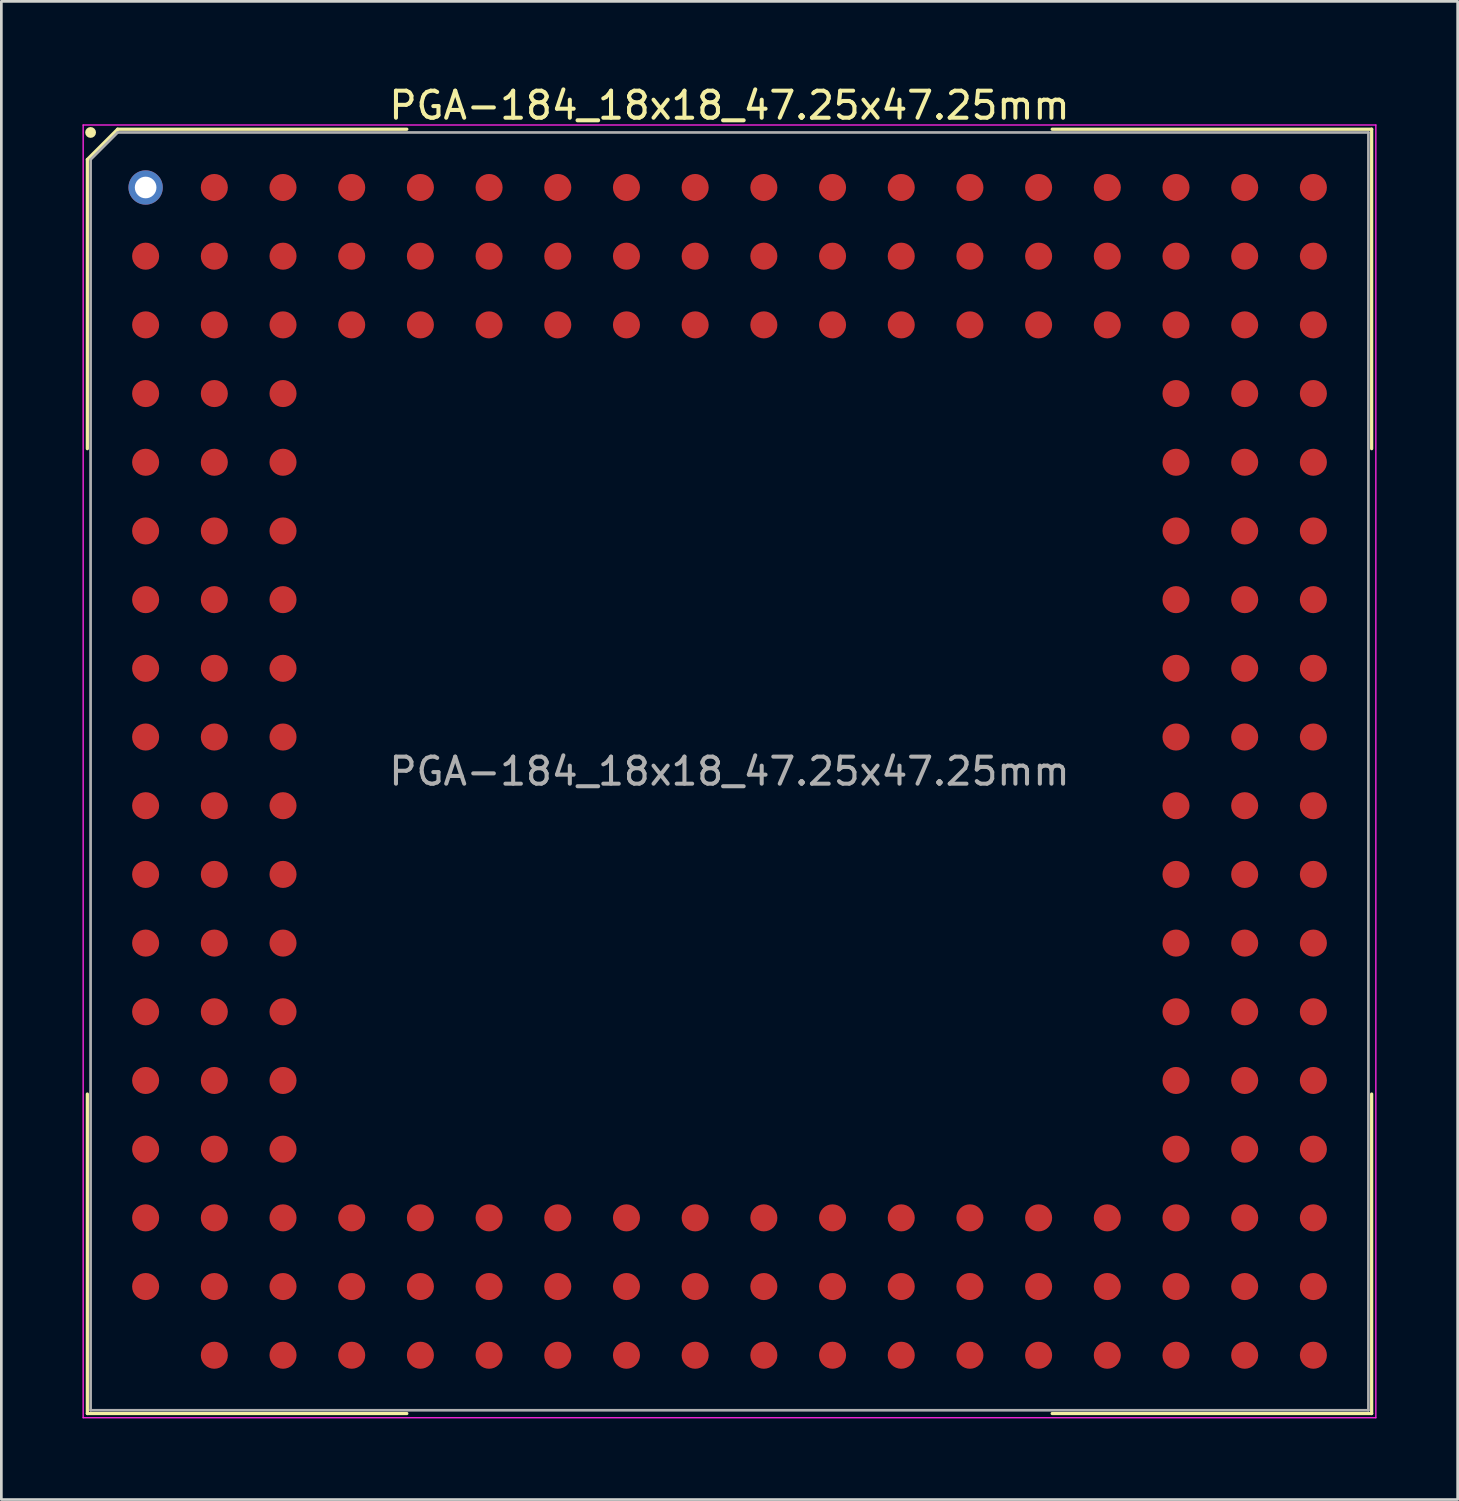
<source format=kicad_pcb>
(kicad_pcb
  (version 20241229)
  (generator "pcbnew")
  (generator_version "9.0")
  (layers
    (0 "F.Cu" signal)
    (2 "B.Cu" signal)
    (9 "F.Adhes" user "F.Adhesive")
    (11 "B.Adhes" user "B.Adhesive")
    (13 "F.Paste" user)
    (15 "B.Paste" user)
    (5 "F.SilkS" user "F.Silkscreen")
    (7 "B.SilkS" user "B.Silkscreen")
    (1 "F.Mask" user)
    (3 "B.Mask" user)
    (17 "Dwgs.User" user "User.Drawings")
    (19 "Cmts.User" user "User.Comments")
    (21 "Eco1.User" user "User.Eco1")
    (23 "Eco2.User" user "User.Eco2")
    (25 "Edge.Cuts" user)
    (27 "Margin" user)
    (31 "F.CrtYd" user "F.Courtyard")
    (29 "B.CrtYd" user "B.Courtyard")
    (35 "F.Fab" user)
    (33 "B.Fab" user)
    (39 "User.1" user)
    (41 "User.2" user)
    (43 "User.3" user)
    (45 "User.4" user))
  (footprint "PGA-184_18x18_47.25x47.25mm"
    (layer "F.Cu")
    (at 23.925 25.473)
    (property "Reference" "PGA-184_18x18_47.25x47.25mm" (at 0 -24.625 0) (layer "F.SilkS") (effects (font (size 1 1) (thickness 0.15))))
    (attr through_hole)
    (fp_line (start -23.745 -22.625) (end -23.745 -11.932) (stroke (width 0.12) (type default)) (layer "F.SilkS"))
    (fp_line (start -23.745 23.745) (end -23.745 11.932) (stroke (width 0.12) (type default)) (layer "F.SilkS"))
    (fp_line (start -22.625 -23.745) (end -23.745 -22.625) (stroke (width 0.12) (type default)) (layer "F.SilkS"))
    (fp_line (start -11.932 -23.745) (end -22.625 -23.745) (stroke (width 0.12) (type default)) (layer "F.SilkS"))
    (fp_line (start -11.932 23.745) (end -23.745 23.745) (stroke (width 0.12) (type default)) (layer "F.SilkS"))
    (fp_line (start 11.932 -23.745) (end 23.745 -23.745) (stroke (width 0.12) (type default)) (layer "F.SilkS"))
    (fp_line (start 11.932 23.745) (end 23.745 23.745) (stroke (width 0.12) (type default)) (layer "F.SilkS"))
    (fp_line (start 23.745 -23.745) (end 23.745 -11.932) (stroke (width 0.12) (type default)) (layer "F.SilkS"))
    (fp_line (start 23.745 23.745) (end 23.745 11.932) (stroke (width 0.12) (type default)) (layer "F.SilkS"))
    (fp_circle (center -23.625 -23.625) (end -23.625 -23.525) (stroke (width 0.2) (type default)) (fill no) (layer "F.SilkS"))
    (fp_line (start -23.9 -23.9) (end 23.9 -23.9) (stroke (width 0.05) (type default)) (layer "F.CrtYd"))
    (fp_line (start -23.9 23.9) (end -23.9 -23.9) (stroke (width 0.05) (type default)) (layer "F.CrtYd"))
    (fp_line (start 23.9 -23.9) (end 23.9 23.9) (stroke (width 0.05) (type default)) (layer "F.CrtYd"))
    (fp_line (start 23.9 23.9) (end -23.9 23.9) (stroke (width 0.05) (type default)) (layer "F.CrtYd"))
    (fp_line (start -23.625 -22.625) (end -23.625 23.625) (stroke (width 0.1) (type default)) (layer "F.Fab"))
    (fp_line (start -23.625 23.625) (end 23.625 23.625) (stroke (width 0.1) (type default)) (layer "F.Fab"))
    (fp_line (start -22.625 -23.625) (end -23.625 -22.625) (stroke (width 0.1) (type default)) (layer "F.Fab"))
    (fp_line (start 23.625 -23.625) (end -22.625 -23.625) (stroke (width 0.1) (type default)) (layer "F.Fab"))
    (fp_line (start 23.625 23.625) (end 23.625 -23.625) (stroke (width 0.1) (type default)) (layer "F.Fab"))
    (fp_text user "${REFERENCE}" (at 0 0 0) (layer "F.Fab") (effects (font (size 1 1) (thickness 0.15))))
    (pad "A1" thru_hole circle (at -21.59 -21.59) (size 1.27 1.27) (drill 0.8) (layers "*.Cu" "*.Mask"))
    (pad "A2" smd circle (at -19.05 -21.59) (size 1 1) (layers "F.Cu" "F.Mask" "F.Paste"))
    (pad "A3" smd circle (at -16.51 -21.59) (size 1 1) (layers "F.Cu" "F.Mask" "F.Paste"))
    (pad "A4" smd circle (at -13.97 -21.59) (size 1 1) (layers "F.Cu" "F.Mask" "F.Paste"))
    (pad "A5" smd circle (at -11.43 -21.59) (size 1 1) (layers "F.Cu" "F.Mask" "F.Paste"))
    (pad "A6" smd circle (at -8.89 -21.59) (size 1 1) (layers "F.Cu" "F.Mask" "F.Paste"))
    (pad "A7" smd circle (at -6.35 -21.59) (size 1 1) (layers "F.Cu" "F.Mask" "F.Paste"))
    (pad "A8" smd circle (at -3.81 -21.59) (size 1 1) (layers "F.Cu" "F.Mask" "F.Paste"))
    (pad "A9" smd circle (at -1.27 -21.59) (size 1 1) (layers "F.Cu" "F.Mask" "F.Paste"))
    (pad "A10" smd circle (at 1.27 -21.59) (size 1 1) (layers "F.Cu" "F.Mask" "F.Paste"))
    (pad "A11" smd circle (at 3.81 -21.59) (size 1 1) (layers "F.Cu" "F.Mask" "F.Paste"))
    (pad "A12" smd circle (at 6.35 -21.59) (size 1 1) (layers "F.Cu" "F.Mask" "F.Paste"))
    (pad "A13" smd circle (at 8.89 -21.59) (size 1 1) (layers "F.Cu" "F.Mask" "F.Paste"))
    (pad "A14" smd circle (at 11.43 -21.59) (size 1 1) (layers "F.Cu" "F.Mask" "F.Paste"))
    (pad "A15" smd circle (at 13.97 -21.59) (size 1 1) (layers "F.Cu" "F.Mask" "F.Paste"))
    (pad "A16" smd circle (at 16.51 -21.59) (size 1 1) (layers "F.Cu" "F.Mask" "F.Paste"))
    (pad "A17" smd circle (at 19.05 -21.59) (size 1 1) (layers "F.Cu" "F.Mask" "F.Paste"))
    (pad "A18" smd circle (at 21.59 -21.59) (size 1 1) (layers "F.Cu" "F.Mask" "F.Paste"))
    (pad "B1" smd circle (at -21.59 -19.05) (size 1 1) (layers "F.Cu" "F.Mask" "F.Paste"))
    (pad "B2" smd circle (at -19.05 -19.05) (size 1 1) (layers "F.Cu" "F.Mask" "F.Paste"))
    (pad "B3" smd circle (at -16.51 -19.05) (size 1 1) (layers "F.Cu" "F.Mask" "F.Paste"))
    (pad "B4" smd circle (at -13.97 -19.05) (size 1 1) (layers "F.Cu" "F.Mask" "F.Paste"))
    (pad "B5" smd circle (at -11.43 -19.05) (size 1 1) (layers "F.Cu" "F.Mask" "F.Paste"))
    (pad "B6" smd circle (at -8.89 -19.05) (size 1 1) (layers "F.Cu" "F.Mask" "F.Paste"))
    (pad "B7" smd circle (at -6.35 -19.05) (size 1 1) (layers "F.Cu" "F.Mask" "F.Paste"))
    (pad "B8" smd circle (at -3.81 -19.05) (size 1 1) (layers "F.Cu" "F.Mask" "F.Paste"))
    (pad "B9" smd circle (at -1.27 -19.05) (size 1 1) (layers "F.Cu" "F.Mask" "F.Paste"))
    (pad "B10" smd circle (at 1.27 -19.05) (size 1 1) (layers "F.Cu" "F.Mask" "F.Paste"))
    (pad "B11" smd circle (at 3.81 -19.05) (size 1 1) (layers "F.Cu" "F.Mask" "F.Paste"))
    (pad "B12" smd circle (at 6.35 -19.05) (size 1 1) (layers "F.Cu" "F.Mask" "F.Paste"))
    (pad "B13" smd circle (at 8.89 -19.05) (size 1 1) (layers "F.Cu" "F.Mask" "F.Paste"))
    (pad "B14" smd circle (at 11.43 -19.05) (size 1 1) (layers "F.Cu" "F.Mask" "F.Paste"))
    (pad "B15" smd circle (at 13.97 -19.05) (size 1 1) (layers "F.Cu" "F.Mask" "F.Paste"))
    (pad "B16" smd circle (at 16.51 -19.05) (size 1 1) (layers "F.Cu" "F.Mask" "F.Paste"))
    (pad "B17" smd circle (at 19.05 -19.05) (size 1 1) (layers "F.Cu" "F.Mask" "F.Paste"))
    (pad "B18" smd circle (at 21.59 -19.05) (size 1 1) (layers "F.Cu" "F.Mask" "F.Paste"))
    (pad "C1" smd circle (at -21.59 -16.51) (size 1 1) (layers "F.Cu" "F.Mask" "F.Paste"))
    (pad "C2" smd circle (at -19.05 -16.51) (size 1 1) (layers "F.Cu" "F.Mask" "F.Paste"))
    (pad "C3" smd circle (at -16.51 -16.51) (size 1 1) (layers "F.Cu" "F.Mask" "F.Paste"))
    (pad "C4" smd circle (at -13.97 -16.51) (size 1 1) (layers "F.Cu" "F.Mask" "F.Paste"))
    (pad "C5" smd circle (at -11.43 -16.51) (size 1 1) (layers "F.Cu" "F.Mask" "F.Paste"))
    (pad "C6" smd circle (at -8.89 -16.51) (size 1 1) (layers "F.Cu" "F.Mask" "F.Paste"))
    (pad "C7" smd circle (at -6.35 -16.51) (size 1 1) (layers "F.Cu" "F.Mask" "F.Paste"))
    (pad "C8" smd circle (at -3.81 -16.51) (size 1 1) (layers "F.Cu" "F.Mask" "F.Paste"))
    (pad "C9" smd circle (at -1.27 -16.51) (size 1 1) (layers "F.Cu" "F.Mask" "F.Paste"))
    (pad "C10" smd circle (at 1.27 -16.51) (size 1 1) (layers "F.Cu" "F.Mask" "F.Paste"))
    (pad "C11" smd circle (at 3.81 -16.51) (size 1 1) (layers "F.Cu" "F.Mask" "F.Paste"))
    (pad "C12" smd circle (at 6.35 -16.51) (size 1 1) (layers "F.Cu" "F.Mask" "F.Paste"))
    (pad "C13" smd circle (at 8.89 -16.51) (size 1 1) (layers "F.Cu" "F.Mask" "F.Paste"))
    (pad "C14" smd circle (at 11.43 -16.51) (size 1 1) (layers "F.Cu" "F.Mask" "F.Paste"))
    (pad "C15" smd circle (at 13.97 -16.51) (size 1 1) (layers "F.Cu" "F.Mask" "F.Paste"))
    (pad "C16" smd circle (at 16.51 -16.51) (size 1 1) (layers "F.Cu" "F.Mask" "F.Paste"))
    (pad "C17" smd circle (at 19.05 -16.51) (size 1 1) (layers "F.Cu" "F.Mask" "F.Paste"))
    (pad "C18" smd circle (at 21.59 -16.51) (size 1 1) (layers "F.Cu" "F.Mask" "F.Paste"))
    (pad "D1" smd circle (at -21.59 -13.97) (size 1 1) (layers "F.Cu" "F.Mask" "F.Paste"))
    (pad "D2" smd circle (at -19.05 -13.97) (size 1 1) (layers "F.Cu" "F.Mask" "F.Paste"))
    (pad "D3" smd circle (at -16.51 -13.97) (size 1 1) (layers "F.Cu" "F.Mask" "F.Paste"))
    (pad "D16" smd circle (at 16.51 -13.97) (size 1 1) (layers "F.Cu" "F.Mask" "F.Paste"))
    (pad "D17" smd circle (at 19.05 -13.97) (size 1 1) (layers "F.Cu" "F.Mask" "F.Paste"))
    (pad "D18" smd circle (at 21.59 -13.97) (size 1 1) (layers "F.Cu" "F.Mask" "F.Paste"))
    (pad "E1" smd circle (at -21.59 -11.43) (size 1 1) (layers "F.Cu" "F.Mask" "F.Paste"))
    (pad "E2" smd circle (at -19.05 -11.43) (size 1 1) (layers "F.Cu" "F.Mask" "F.Paste"))
    (pad "E3" smd circle (at -16.51 -11.43) (size 1 1) (layers "F.Cu" "F.Mask" "F.Paste"))
    (pad "E16" smd circle (at 16.51 -11.43) (size 1 1) (layers "F.Cu" "F.Mask" "F.Paste"))
    (pad "E17" smd circle (at 19.05 -11.43) (size 1 1) (layers "F.Cu" "F.Mask" "F.Paste"))
    (pad "E18" smd circle (at 21.59 -11.43) (size 1 1) (layers "F.Cu" "F.Mask" "F.Paste"))
    (pad "F1" smd circle (at -21.59 -8.89) (size 1 1) (layers "F.Cu" "F.Mask" "F.Paste"))
    (pad "F2" smd circle (at -19.05 -8.89) (size 1 1) (layers "F.Cu" "F.Mask" "F.Paste"))
    (pad "F3" smd circle (at -16.51 -8.89) (size 1 1) (layers "F.Cu" "F.Mask" "F.Paste"))
    (pad "F16" smd circle (at 16.51 -8.89) (size 1 1) (layers "F.Cu" "F.Mask" "F.Paste"))
    (pad "F17" smd circle (at 19.05 -8.89) (size 1 1) (layers "F.Cu" "F.Mask" "F.Paste"))
    (pad "F18" smd circle (at 21.59 -8.89) (size 1 1) (layers "F.Cu" "F.Mask" "F.Paste"))
    (pad "G1" smd circle (at -21.59 -6.35) (size 1 1) (layers "F.Cu" "F.Mask" "F.Paste"))
    (pad "G2" smd circle (at -19.05 -6.35) (size 1 1) (layers "F.Cu" "F.Mask" "F.Paste"))
    (pad "G3" smd circle (at -16.51 -6.35) (size 1 1) (layers "F.Cu" "F.Mask" "F.Paste"))
    (pad "G16" smd circle (at 16.51 -6.35) (size 1 1) (layers "F.Cu" "F.Mask" "F.Paste"))
    (pad "G17" smd circle (at 19.05 -6.35) (size 1 1) (layers "F.Cu" "F.Mask" "F.Paste"))
    (pad "G18" smd circle (at 21.59 -6.35) (size 1 1) (layers "F.Cu" "F.Mask" "F.Paste"))
    (pad "H1" smd circle (at -21.59 -3.81) (size 1 1) (layers "F.Cu" "F.Mask" "F.Paste"))
    (pad "H2" smd circle (at -19.05 -3.81) (size 1 1) (layers "F.Cu" "F.Mask" "F.Paste"))
    (pad "H3" smd circle (at -16.51 -3.81) (size 1 1) (layers "F.Cu" "F.Mask" "F.Paste"))
    (pad "H16" smd circle (at 16.51 -3.81) (size 1 1) (layers "F.Cu" "F.Mask" "F.Paste"))
    (pad "H17" smd circle (at 19.05 -3.81) (size 1 1) (layers "F.Cu" "F.Mask" "F.Paste"))
    (pad "H18" smd circle (at 21.59 -3.81) (size 1 1) (layers "F.Cu" "F.Mask" "F.Paste"))
    (pad "J1" smd circle (at -21.59 -1.27) (size 1 1) (layers "F.Cu" "F.Mask" "F.Paste"))
    (pad "J2" smd circle (at -19.05 -1.27) (size 1 1) (layers "F.Cu" "F.Mask" "F.Paste"))
    (pad "J3" smd circle (at -16.51 -1.27) (size 1 1) (layers "F.Cu" "F.Mask" "F.Paste"))
    (pad "J16" smd circle (at 16.51 -1.27) (size 1 1) (layers "F.Cu" "F.Mask" "F.Paste"))
    (pad "J17" smd circle (at 19.05 -1.27) (size 1 1) (layers "F.Cu" "F.Mask" "F.Paste"))
    (pad "J18" smd circle (at 21.59 -1.27) (size 1 1) (layers "F.Cu" "F.Mask" "F.Paste"))
    (pad "K1" smd circle (at -21.59 1.27) (size 1 1) (layers "F.Cu" "F.Mask" "F.Paste"))
    (pad "K2" smd circle (at -19.05 1.27) (size 1 1) (layers "F.Cu" "F.Mask" "F.Paste"))
    (pad "K3" smd circle (at -16.51 1.27) (size 1 1) (layers "F.Cu" "F.Mask" "F.Paste"))
    (pad "K16" smd circle (at 16.51 1.27) (size 1 1) (layers "F.Cu" "F.Mask" "F.Paste"))
    (pad "K17" smd circle (at 19.05 1.27) (size 1 1) (layers "F.Cu" "F.Mask" "F.Paste"))
    (pad "K18" smd circle (at 21.59 1.27) (size 1 1) (layers "F.Cu" "F.Mask" "F.Paste"))
    (pad "L1" smd circle (at -21.59 3.81) (size 1 1) (layers "F.Cu" "F.Mask" "F.Paste"))
    (pad "L2" smd circle (at -19.05 3.81) (size 1 1) (layers "F.Cu" "F.Mask" "F.Paste"))
    (pad "L3" smd circle (at -16.51 3.81) (size 1 1) (layers "F.Cu" "F.Mask" "F.Paste"))
    (pad "L16" smd circle (at 16.51 3.81) (size 1 1) (layers "F.Cu" "F.Mask" "F.Paste"))
    (pad "L17" smd circle (at 19.05 3.81) (size 1 1) (layers "F.Cu" "F.Mask" "F.Paste"))
    (pad "L18" smd circle (at 21.59 3.81) (size 1 1) (layers "F.Cu" "F.Mask" "F.Paste"))
    (pad "M1" smd circle (at -21.59 6.35) (size 1 1) (layers "F.Cu" "F.Mask" "F.Paste"))
    (pad "M2" smd circle (at -19.05 6.35) (size 1 1) (layers "F.Cu" "F.Mask" "F.Paste"))
    (pad "M3" smd circle (at -16.51 6.35) (size 1 1) (layers "F.Cu" "F.Mask" "F.Paste"))
    (pad "M16" smd circle (at 16.51 6.35) (size 1 1) (layers "F.Cu" "F.Mask" "F.Paste"))
    (pad "M17" smd circle (at 19.05 6.35) (size 1 1) (layers "F.Cu" "F.Mask" "F.Paste"))
    (pad "M18" smd circle (at 21.59 6.35) (size 1 1) (layers "F.Cu" "F.Mask" "F.Paste"))
    (pad "N1" smd circle (at -21.59 8.89) (size 1 1) (layers "F.Cu" "F.Mask" "F.Paste"))
    (pad "N2" smd circle (at -19.05 8.89) (size 1 1) (layers "F.Cu" "F.Mask" "F.Paste"))
    (pad "N3" smd circle (at -16.51 8.89) (size 1 1) (layers "F.Cu" "F.Mask" "F.Paste"))
    (pad "N16" smd circle (at 16.51 8.89) (size 1 1) (layers "F.Cu" "F.Mask" "F.Paste"))
    (pad "N17" smd circle (at 19.05 8.89) (size 1 1) (layers "F.Cu" "F.Mask" "F.Paste"))
    (pad "N18" smd circle (at 21.59 8.89) (size 1 1) (layers "F.Cu" "F.Mask" "F.Paste"))
    (pad "P1" smd circle (at -21.59 11.43) (size 1 1) (layers "F.Cu" "F.Mask" "F.Paste"))
    (pad "P2" smd circle (at -19.05 11.43) (size 1 1) (layers "F.Cu" "F.Mask" "F.Paste"))
    (pad "P3" smd circle (at -16.51 11.43) (size 1 1) (layers "F.Cu" "F.Mask" "F.Paste"))
    (pad "P16" smd circle (at 16.51 11.43) (size 1 1) (layers "F.Cu" "F.Mask" "F.Paste"))
    (pad "P17" smd circle (at 19.05 11.43) (size 1 1) (layers "F.Cu" "F.Mask" "F.Paste"))
    (pad "P18" smd circle (at 21.59 11.43) (size 1 1) (layers "F.Cu" "F.Mask" "F.Paste"))
    (pad "R1" smd circle (at -21.59 16.51) (size 1 1) (layers "F.Cu" "F.Mask" "F.Paste"))
    (pad "R2" smd circle (at -19.05 16.51) (size 1 1) (layers "F.Cu" "F.Mask" "F.Paste"))
    (pad "R3" smd circle (at -16.51 16.51) (size 1 1) (layers "F.Cu" "F.Mask" "F.Paste"))
    (pad "R4" smd circle (at -13.97 16.51) (size 1 1) (layers "F.Cu" "F.Mask" "F.Paste"))
    (pad "R5" smd circle (at -11.43 16.51) (size 1 1) (layers "F.Cu" "F.Mask" "F.Paste"))
    (pad "R6" smd circle (at -8.89 16.51) (size 1 1) (layers "F.Cu" "F.Mask" "F.Paste"))
    (pad "R7" smd circle (at -6.35 16.51) (size 1 1) (layers "F.Cu" "F.Mask" "F.Paste"))
    (pad "R8" smd circle (at -3.81 16.51) (size 1 1) (layers "F.Cu" "F.Mask" "F.Paste"))
    (pad "R9" smd circle (at -1.27 16.51) (size 1 1) (layers "F.Cu" "F.Mask" "F.Paste"))
    (pad "R10" smd circle (at 1.27 16.51) (size 1 1) (layers "F.Cu" "F.Mask" "F.Paste"))
    (pad "R11" smd circle (at 3.81 16.51) (size 1 1) (layers "F.Cu" "F.Mask" "F.Paste"))
    (pad "R12" smd circle (at 6.35 16.51) (size 1 1) (layers "F.Cu" "F.Mask" "F.Paste"))
    (pad "R13" smd circle (at 8.89 16.51) (size 1 1) (layers "F.Cu" "F.Mask" "F.Paste"))
    (pad "R14" smd circle (at 11.43 16.51) (size 1 1) (layers "F.Cu" "F.Mask" "F.Paste"))
    (pad "R15" smd circle (at 13.97 16.51) (size 1 1) (layers "F.Cu" "F.Mask" "F.Paste"))
    (pad "R16" smd circle (at 16.51 16.51) (size 1 1) (layers "F.Cu" "F.Mask" "F.Paste"))
    (pad "R17" smd circle (at 19.05 16.51) (size 1 1) (layers "F.Cu" "F.Mask" "F.Paste"))
    (pad "R18" smd circle (at 21.59 16.51) (size 1 1) (layers "F.Cu" "F.Mask" "F.Paste"))
    (pad "T2" smd circle (at -19.05 21.59) (size 1 1) (layers "F.Cu" "F.Mask" "F.Paste"))
    (pad "T3" smd circle (at -16.51 21.59) (size 1 1) (layers "F.Cu" "F.Mask" "F.Paste"))
    (pad "T4" smd circle (at -13.97 21.59) (size 1 1) (layers "F.Cu" "F.Mask" "F.Paste"))
    (pad "T5" smd circle (at -11.43 21.59) (size 1 1) (layers "F.Cu" "F.Mask" "F.Paste"))
    (pad "T6" smd circle (at -8.89 21.59) (size 1 1) (layers "F.Cu" "F.Mask" "F.Paste"))
    (pad "T7" smd circle (at -6.35 21.59) (size 1 1) (layers "F.Cu" "F.Mask" "F.Paste"))
    (pad "T8" smd circle (at -3.81 21.59) (size 1 1) (layers "F.Cu" "F.Mask" "F.Paste"))
    (pad "T9" smd circle (at -1.27 21.59) (size 1 1) (layers "F.Cu" "F.Mask" "F.Paste"))
    (pad "T10" smd circle (at 1.27 21.59) (size 1 1) (layers "F.Cu" "F.Mask" "F.Paste"))
    (pad "T11" smd circle (at 3.81 21.59) (size 1 1) (layers "F.Cu" "F.Mask" "F.Paste"))
    (pad "T12" smd circle (at 6.35 21.59) (size 1 1) (layers "F.Cu" "F.Mask" "F.Paste"))
    (pad "T13" smd circle (at 8.89 21.59) (size 1 1) (layers "F.Cu" "F.Mask" "F.Paste"))
    (pad "T14" smd circle (at 11.43 21.59) (size 1 1) (layers "F.Cu" "F.Mask" "F.Paste"))
    (pad "T15" smd circle (at 13.97 21.59) (size 1 1) (layers "F.Cu" "F.Mask" "F.Paste"))
    (pad "T16" smd circle (at 16.51 21.59) (size 1 1) (layers "F.Cu" "F.Mask" "F.Paste"))
    (pad "T17" smd circle (at 19.05 21.59) (size 1 1) (layers "F.Cu" "F.Mask" "F.Paste"))
    (pad "T18" smd circle (at 21.59 21.59) (size 1 1) (layers "F.Cu" "F.Mask" "F.Paste"))
    (pad "U1" smd circle (at -21.59 19.05) (size 1 1) (layers "F.Cu" "F.Mask" "F.Paste"))
    (pad "U2" smd circle (at -19.05 19.05) (size 1 1) (layers "F.Cu" "F.Mask" "F.Paste"))
    (pad "U3" smd circle (at -16.51 19.05) (size 1 1) (layers "F.Cu" "F.Mask" "F.Paste"))
    (pad "U4" smd circle (at -13.97 19.05) (size 1 1) (layers "F.Cu" "F.Mask" "F.Paste"))
    (pad "U5" smd circle (at -11.43 19.05) (size 1 1) (layers "F.Cu" "F.Mask" "F.Paste"))
    (pad "U6" smd circle (at -8.89 19.05) (size 1 1) (layers "F.Cu" "F.Mask" "F.Paste"))
    (pad "U7" smd circle (at -6.35 19.05) (size 1 1) (layers "F.Cu" "F.Mask" "F.Paste"))
    (pad "U8" smd circle (at -3.81 19.05) (size 1 1) (layers "F.Cu" "F.Mask" "F.Paste"))
    (pad "U9" smd circle (at -1.27 19.05) (size 1 1) (layers "F.Cu" "F.Mask" "F.Paste"))
    (pad "U10" smd circle (at 1.27 19.05) (size 1 1) (layers "F.Cu" "F.Mask" "F.Paste"))
    (pad "U11" smd circle (at 3.81 19.05) (size 1 1) (layers "F.Cu" "F.Mask" "F.Paste"))
    (pad "U12" smd circle (at 6.35 19.05) (size 1 1) (layers "F.Cu" "F.Mask" "F.Paste"))
    (pad "U13" smd circle (at 8.89 19.05) (size 1 1) (layers "F.Cu" "F.Mask" "F.Paste"))
    (pad "U14" smd circle (at 11.43 19.05) (size 1 1) (layers "F.Cu" "F.Mask" "F.Paste"))
    (pad "U15" smd circle (at 13.97 19.05) (size 1 1) (layers "F.Cu" "F.Mask" "F.Paste"))
    (pad "U16" smd circle (at 16.51 19.05) (size 1 1) (layers "F.Cu" "F.Mask" "F.Paste"))
    (pad "U17" smd circle (at 19.05 19.05) (size 1 1) (layers "F.Cu" "F.Mask" "F.Paste"))
    (pad "U18" smd circle (at 21.59 19.05) (size 1 1) (layers "F.Cu" "F.Mask" "F.Paste"))
    (pad "V1" smd circle (at -21.59 13.97) (size 1 1) (layers "F.Cu" "F.Mask" "F.Paste"))
    (pad "V2" smd circle (at -19.05 13.97) (size 1 1) (layers "F.Cu" "F.Mask" "F.Paste"))
    (pad "V3" smd circle (at -16.51 13.97) (size 1 1) (layers "F.Cu" "F.Mask" "F.Paste"))
    (pad "V16" smd circle (at 16.51 13.97) (size 1 1) (layers "F.Cu" "F.Mask" "F.Paste"))
    (pad "V17" smd circle (at 19.05 13.97) (size 1 1) (layers "F.Cu" "F.Mask" "F.Paste"))
    (pad "V18" smd circle (at 21.59 13.97) (size 1 1) (layers "F.Cu" "F.Mask" "F.Paste")))
  (gr_rect
    (start -3 -3)
    (end 50.85 52.398)
    (stroke (width 0.1) (type default))
    (fill no)
    (layer "Edge.Cuts")))
</source>
